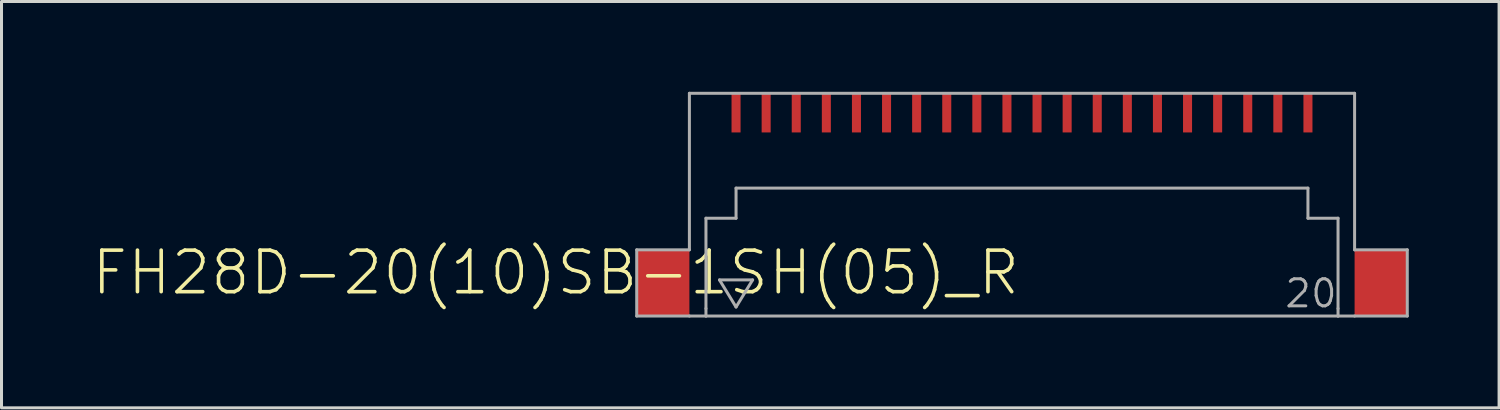
<source format=kicad_pcb>
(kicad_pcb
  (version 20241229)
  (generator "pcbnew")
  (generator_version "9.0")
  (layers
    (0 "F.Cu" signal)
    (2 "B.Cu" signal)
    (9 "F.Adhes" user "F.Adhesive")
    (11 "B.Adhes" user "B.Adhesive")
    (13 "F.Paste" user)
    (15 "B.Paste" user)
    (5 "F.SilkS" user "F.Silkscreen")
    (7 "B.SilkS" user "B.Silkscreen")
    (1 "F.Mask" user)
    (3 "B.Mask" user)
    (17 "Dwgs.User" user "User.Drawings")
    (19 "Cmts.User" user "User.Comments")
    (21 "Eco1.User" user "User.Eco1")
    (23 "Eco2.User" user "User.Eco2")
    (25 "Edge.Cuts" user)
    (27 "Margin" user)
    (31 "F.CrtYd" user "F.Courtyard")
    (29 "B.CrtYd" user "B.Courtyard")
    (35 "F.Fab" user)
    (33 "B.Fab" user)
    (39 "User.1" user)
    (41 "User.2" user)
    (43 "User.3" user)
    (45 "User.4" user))
  (footprint "FH28D-20(10)SB-1SH(05)_R"
    (layer "F.Cu")
    (at 30.904 0.7)
    (property "Reference" "FH28D-20(10)SB-1SH(05)_R" (at 0 4.5 0) (unlocked yes) (layer "F.SilkS") (effects (font (size 1.38 1.38) (thickness 0.12)) (justify right top)))
    (fp_poly (pts (xy -9.3 -0.7) (xy -9.7 -0.7) (xy -9.7 0.7) (xy -9.3 0.7)) (stroke (width 0) (type default)) (fill yes) (layer "F.Mask"))
    (fp_poly (pts (xy -8.3 -0.7) (xy -8.7 -0.7) (xy -8.7 0.7) (xy -8.3 0.7)) (stroke (width 0) (type default)) (fill yes) (layer "F.Mask"))
    (fp_poly (pts (xy -7.3 -0.7) (xy -7.7 -0.7) (xy -7.7 0.7) (xy -7.3 0.7)) (stroke (width 0) (type default)) (fill yes) (layer "F.Mask"))
    (fp_poly (pts (xy -6.3 -0.7) (xy -6.7 -0.7) (xy -6.7 0.7) (xy -6.3 0.7)) (stroke (width 0) (type default)) (fill yes) (layer "F.Mask"))
    (fp_poly (pts (xy -5.3 -0.7) (xy -5.7 -0.7) (xy -5.7 0.7) (xy -5.3 0.7)) (stroke (width 0) (type default)) (fill yes) (layer "F.Mask"))
    (fp_poly (pts (xy -4.3 -0.7) (xy -4.7 -0.7) (xy -4.7 0.7) (xy -4.3 0.7)) (stroke (width 0) (type default)) (fill yes) (layer "F.Mask"))
    (fp_poly (pts (xy -3.3 -0.7) (xy -3.7 -0.7) (xy -3.7 0.7) (xy -3.3 0.7)) (stroke (width 0) (type default)) (fill yes) (layer "F.Mask"))
    (fp_poly (pts (xy -2.3 -0.7) (xy -2.7 -0.7) (xy -2.7 0.7) (xy -2.3 0.7)) (stroke (width 0) (type default)) (fill yes) (layer "F.Mask"))
    (fp_poly (pts (xy -1.3 -0.7) (xy -1.7 -0.7) (xy -1.7 0.7) (xy -1.3 0.7)) (stroke (width 0) (type default)) (fill yes) (layer "F.Mask"))
    (fp_poly (pts (xy -0.3 -0.7) (xy -0.7 -0.7) (xy -0.7 0.7) (xy -0.3 0.7)) (stroke (width 0) (type default)) (fill yes) (layer "F.Mask"))
    (fp_poly (pts (xy 0.7 -0.7) (xy 0.3 -0.7) (xy 0.3 0.7) (xy 0.7 0.7)) (stroke (width 0) (type default)) (fill yes) (layer "F.Mask"))
    (fp_poly (pts (xy 1.7 -0.7) (xy 1.3 -0.7) (xy 1.3 0.7) (xy 1.7 0.7)) (stroke (width 0) (type default)) (fill yes) (layer "F.Mask"))
    (fp_poly (pts (xy 2.7 -0.7) (xy 2.3 -0.7) (xy 2.3 0.7) (xy 2.7 0.7)) (stroke (width 0) (type default)) (fill yes) (layer "F.Mask"))
    (fp_poly (pts (xy 3.7 -0.7) (xy 3.3 -0.7) (xy 3.3 0.7) (xy 3.7 0.7)) (stroke (width 0) (type default)) (fill yes) (layer "F.Mask"))
    (fp_poly (pts (xy 4.7 -0.7) (xy 4.3 -0.7) (xy 4.3 0.7) (xy 4.7 0.7)) (stroke (width 0) (type default)) (fill yes) (layer "F.Mask"))
    (fp_poly (pts (xy 5.7 -0.7) (xy 5.3 -0.7) (xy 5.3 0.7) (xy 5.7 0.7)) (stroke (width 0) (type default)) (fill yes) (layer "F.Mask"))
    (fp_poly (pts (xy 6.7 -0.7) (xy 6.3 -0.7) (xy 6.3 0.7) (xy 6.7 0.7)) (stroke (width 0) (type default)) (fill yes) (layer "F.Mask"))
    (fp_poly (pts (xy 7.7 -0.7) (xy 7.3 -0.7) (xy 7.3 0.7) (xy 7.7 0.7)) (stroke (width 0) (type default)) (fill yes) (layer "F.Mask"))
    (fp_poly (pts (xy 8.7 -0.7) (xy 8.3 -0.7) (xy 8.3 0.7) (xy 8.7 0.7)) (stroke (width 0) (type default)) (fill yes) (layer "F.Mask"))
    (fp_poly (pts (xy 9.7 -0.7) (xy 9.3 -0.7) (xy 9.3 0.7) (xy 9.7 0.7)) (stroke (width 0) (type default)) (fill yes) (layer "F.Mask"))
    (fp_poly (pts (xy -9.375 -0.65) (xy -9.625 -0.65) (xy -9.625 0.65) (xy -9.375 0.65)) (stroke (width 0) (type default)) (fill yes) (layer "F.Paste"))
    (fp_poly (pts (xy -8.375 -0.65) (xy -8.625 -0.65) (xy -8.625 0.65) (xy -8.375 0.65)) (stroke (width 0) (type default)) (fill yes) (layer "F.Paste"))
    (fp_poly (pts (xy -7.375 -0.65) (xy -7.625 -0.65) (xy -7.625 0.65) (xy -7.375 0.65)) (stroke (width 0) (type default)) (fill yes) (layer "F.Paste"))
    (fp_poly (pts (xy -6.375 -0.65) (xy -6.625 -0.65) (xy -6.625 0.65) (xy -6.375 0.65)) (stroke (width 0) (type default)) (fill yes) (layer "F.Paste"))
    (fp_poly (pts (xy -5.375 -0.65) (xy -5.625 -0.65) (xy -5.625 0.65) (xy -5.375 0.65)) (stroke (width 0) (type default)) (fill yes) (layer "F.Paste"))
    (fp_poly (pts (xy -4.375 -0.65) (xy -4.625 -0.65) (xy -4.625 0.65) (xy -4.375 0.65)) (stroke (width 0) (type default)) (fill yes) (layer "F.Paste"))
    (fp_poly (pts (xy -3.375 -0.65) (xy -3.625 -0.65) (xy -3.625 0.65) (xy -3.375 0.65)) (stroke (width 0) (type default)) (fill yes) (layer "F.Paste"))
    (fp_poly (pts (xy -2.375 -0.65) (xy -2.625 -0.65) (xy -2.625 0.65) (xy -2.375 0.65)) (stroke (width 0) (type default)) (fill yes) (layer "F.Paste"))
    (fp_poly (pts (xy -1.375 -0.65) (xy -1.625 -0.65) (xy -1.625 0.65) (xy -1.375 0.65)) (stroke (width 0) (type default)) (fill yes) (layer "F.Paste"))
    (fp_poly (pts (xy -0.375 -0.65) (xy -0.625 -0.65) (xy -0.625 0.65) (xy -0.375 0.65)) (stroke (width 0) (type default)) (fill yes) (layer "F.Paste"))
    (fp_poly (pts (xy 0.625 -0.65) (xy 0.375 -0.65) (xy 0.375 0.65) (xy 0.625 0.65)) (stroke (width 0) (type default)) (fill yes) (layer "F.Paste"))
    (fp_poly (pts (xy 1.625 -0.65) (xy 1.375 -0.65) (xy 1.375 0.65) (xy 1.625 0.65)) (stroke (width 0) (type default)) (fill yes) (layer "F.Paste"))
    (fp_poly (pts (xy 2.625 -0.65) (xy 2.375 -0.65) (xy 2.375 0.65) (xy 2.625 0.65)) (stroke (width 0) (type default)) (fill yes) (layer "F.Paste"))
    (fp_poly (pts (xy 3.625 -0.65) (xy 3.375 -0.65) (xy 3.375 0.65) (xy 3.625 0.65)) (stroke (width 0) (type default)) (fill yes) (layer "F.Paste"))
    (fp_poly (pts (xy 4.625 -0.65) (xy 4.375 -0.65) (xy 4.375 0.65) (xy 4.625 0.65)) (stroke (width 0) (type default)) (fill yes) (layer "F.Paste"))
    (fp_poly (pts (xy 5.625 -0.65) (xy 5.375 -0.65) (xy 5.375 0.65) (xy 5.625 0.65)) (stroke (width 0) (type default)) (fill yes) (layer "F.Paste"))
    (fp_poly (pts (xy 6.625 -0.65) (xy 6.375 -0.65) (xy 6.375 0.65) (xy 6.625 0.65)) (stroke (width 0) (type default)) (fill yes) (layer "F.Paste"))
    (fp_poly (pts (xy 7.625 -0.65) (xy 7.375 -0.65) (xy 7.375 0.65) (xy 7.625 0.65)) (stroke (width 0) (type default)) (fill yes) (layer "F.Paste"))
    (fp_poly (pts (xy 8.625 -0.65) (xy 8.375 -0.65) (xy 8.375 0.65) (xy 8.625 0.65)) (stroke (width 0) (type default)) (fill yes) (layer "F.Paste"))
    (fp_poly (pts (xy 9.625 -0.65) (xy 9.375 -0.65) (xy 9.375 0.65) (xy 9.625 0.65)) (stroke (width 0) (type default)) (fill yes) (layer "F.Paste"))
    (fp_line (start -12.8 4.55) (end -11.05 4.55) (stroke (width 0.1) (type solid)) (layer "F.Fab"))
    (fp_line (start -12.8 6.75) (end -12.8 4.55) (stroke (width 0.1) (type solid)) (layer "F.Fab"))
    (fp_line (start -12.8 6.75) (end -11.05 6.75) (stroke (width 0.1) (type solid)) (layer "F.Fab"))
    (fp_line (start -11.05 -0.65) (end -11.05 4.55) (stroke (width 0.1) (type solid)) (layer "F.Fab"))
    (fp_line (start -10.5 3.5) (end -10.5 6.5) (stroke (width 0.1) (type solid)) (layer "F.Fab"))
    (fp_line (start -10.5 6.5) (end -10.5 6.75) (stroke (width 0.1) (type solid)) (layer "F.Fab"))
    (fp_line (start -10.5 6.75) (end -11.05 6.75) (stroke (width 0.1) (type solid)) (layer "F.Fab"))
    (fp_line (start -10.05 5.55) (end -8.95 5.55) (stroke (width 0.1) (type solid)) (layer "F.Fab"))
    (fp_line (start -9.5 2.5) (end -9.5 3.5) (stroke (width 0.1) (type solid)) (layer "F.Fab"))
    (fp_line (start -9.5 3.5) (end -10.5 3.5) (stroke (width 0.1) (type solid)) (layer "F.Fab"))
    (fp_line (start -9.5 6.45) (end -10.05 5.55) (stroke (width 0.1) (type solid)) (layer "F.Fab"))
    (fp_line (start -8.95 5.55) (end -9.5 6.45) (stroke (width 0.1) (type solid)) (layer "F.Fab"))
    (fp_line (start 9.5 2.5) (end -9.5 2.5) (stroke (width 0.1) (type solid)) (layer "F.Fab"))
    (fp_line (start 9.5 3.5) (end 9.5 2.5) (stroke (width 0.1) (type solid)) (layer "F.Fab"))
    (fp_line (start 10.5 3.5) (end 9.5 3.5) (stroke (width 0.1) (type solid)) (layer "F.Fab"))
    (fp_line (start 10.5 6.5) (end 10.5 3.5) (stroke (width 0.1) (type solid)) (layer "F.Fab"))
    (fp_line (start 10.5 6.5) (end 10.5 6.75) (stroke (width 0.1) (type solid)) (layer "F.Fab"))
    (fp_line (start 10.5 6.75) (end -10.5 6.75) (stroke (width 0.1) (type solid)) (layer "F.Fab"))
    (fp_line (start 11.05 -0.65) (end -11.05 -0.65) (stroke (width 0.1) (type solid)) (layer "F.Fab"))
    (fp_line (start 11.05 4.55) (end 11.05 -0.65) (stroke (width 0.1) (type solid)) (layer "F.Fab"))
    (fp_line (start 11.05 6.75) (end 10.5 6.75) (stroke (width 0.1) (type solid)) (layer "F.Fab"))
    (fp_line (start 12.8 4.55) (end 11.05 4.55) (stroke (width 0.1) (type solid)) (layer "F.Fab"))
    (fp_line (start 12.8 4.55) (end 12.8 6.75) (stroke (width 0.1) (type solid)) (layer "F.Fab"))
    (fp_line (start 12.8 6.75) (end 11.05 6.75) (stroke (width 0.1) (type solid)) (layer "F.Fab"))
    (fp_text user "20" (at 9.6 6 0) (layer "F.Fab") (effects (font (size 0.9 0.9) (thickness 0.1))))
    (pad "1" smd rect (at -9.5 0 180) (size 0.3 1.3) (layers "F.Cu"))
    (pad "2" smd rect (at -8.5 0 180) (size 0.3 1.3) (layers "F.Cu"))
    (pad "3" smd rect (at -7.5 0 180) (size 0.3 1.3) (layers "F.Cu"))
    (pad "4" smd rect (at -6.5 0 180) (size 0.3 1.3) (layers "F.Cu"))
    (pad "5" smd rect (at -5.5 0 180) (size 0.3 1.3) (layers "F.Cu"))
    (pad "6" smd rect (at -4.5 0 180) (size 0.3 1.3) (layers "F.Cu"))
    (pad "7" smd rect (at -3.5 0 180) (size 0.3 1.3) (layers "F.Cu"))
    (pad "8" smd rect (at -2.5 0 180) (size 0.3 1.3) (layers "F.Cu"))
    (pad "9" smd rect (at -1.5 0 180) (size 0.3 1.3) (layers "F.Cu"))
    (pad "10" smd rect (at -0.5 0 180) (size 0.3 1.3) (layers "F.Cu"))
    (pad "11" smd rect (at 0.5 0 180) (size 0.3 1.3) (layers "F.Cu"))
    (pad "12" smd rect (at 1.5 0 180) (size 0.3 1.3) (layers "F.Cu"))
    (pad "13" smd rect (at 2.5 0 180) (size 0.3 1.3) (layers "F.Cu"))
    (pad "14" smd rect (at 3.5 0 180) (size 0.3 1.3) (layers "F.Cu"))
    (pad "15" smd rect (at 4.5 0 180) (size 0.3 1.3) (layers "F.Cu"))
    (pad "16" smd rect (at 5.5 0 180) (size 0.3 1.3) (layers "F.Cu"))
    (pad "17" smd rect (at 6.5 0 180) (size 0.3 1.3) (layers "F.Cu"))
    (pad "18" smd rect (at 7.5 0 180) (size 0.3 1.3) (layers "F.Cu"))
    (pad "19" smd rect (at 8.5 0 180) (size 0.3 1.3) (layers "F.Cu"))
    (pad "20" smd rect (at 9.5 0 180) (size 0.3 1.3) (layers "F.Cu"))
    (pad "S1" smd rect (at -11.925 5.65 180) (size 1.75 2.2) (layers "F.Cu" "F.Mask" "F.Paste"))
    (pad "S2" smd rect (at 11.925 5.65 180) (size 1.75 2.2) (layers "F.Cu" "F.Mask" "F.Paste")))
  (gr_rect
    (start -3 -3)
    (end 46.754 10.5)
    (stroke (width 0.1) (type default))
    (fill no)
    (layer "Edge.Cuts")))
</source>
